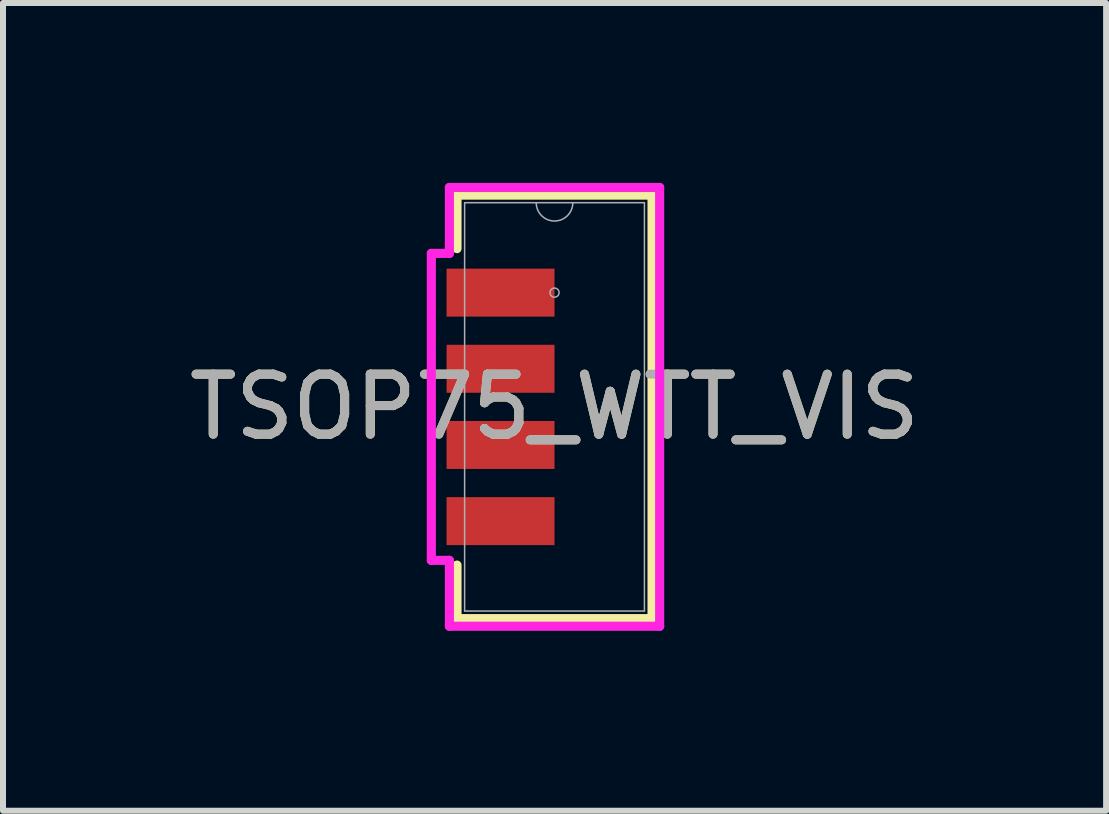
<source format=kicad_pcb>
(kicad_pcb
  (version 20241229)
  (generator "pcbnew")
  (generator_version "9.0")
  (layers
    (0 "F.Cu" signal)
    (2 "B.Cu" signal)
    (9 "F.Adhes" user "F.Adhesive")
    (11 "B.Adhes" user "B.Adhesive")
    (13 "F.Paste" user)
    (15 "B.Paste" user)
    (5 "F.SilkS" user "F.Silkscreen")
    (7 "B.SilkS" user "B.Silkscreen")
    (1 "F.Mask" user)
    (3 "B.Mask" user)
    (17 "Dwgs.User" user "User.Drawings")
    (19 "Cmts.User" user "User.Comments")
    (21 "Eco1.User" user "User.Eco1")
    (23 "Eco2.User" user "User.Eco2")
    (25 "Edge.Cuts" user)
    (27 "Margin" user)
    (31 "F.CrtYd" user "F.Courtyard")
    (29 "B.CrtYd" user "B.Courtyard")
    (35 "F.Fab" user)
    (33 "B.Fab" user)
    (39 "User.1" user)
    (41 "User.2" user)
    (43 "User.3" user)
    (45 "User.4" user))
  (footprint "TSOP75_WTT_VIS"
    (layer "F.Cu")
    (at 6.196 3.734)
    (property "Reference" "TSOP75_WTT_VIS" (at 0 0 0) (unlocked yes) (layer "F.SilkS") (effects (font (size 1 1) (thickness 0.15))))
    (attr smd)
    (fp_line (start -1.626 -3.531) (end -1.626 -2.638) (stroke (width 0.152) (type solid)) (layer "F.SilkS"))
    (fp_line (start -1.626 2.638) (end -1.626 3.531) (stroke (width 0.152) (type solid)) (layer "F.SilkS"))
    (fp_line (start -1.626 3.531) (end 1.626 3.531) (stroke (width 0.152) (type solid)) (layer "F.SilkS"))
    (fp_line (start 1.626 -3.531) (end -1.626 -3.531) (stroke (width 0.152) (type solid)) (layer "F.SilkS"))
    (fp_line (start 1.626 3.531) (end 1.626 -3.531) (stroke (width 0.152) (type solid)) (layer "F.SilkS"))
    (fp_line (start -2.054 -2.559) (end -1.753 -2.559) (stroke (width 0.152) (type solid)) (layer "F.CrtYd"))
    (fp_line (start -2.054 2.559) (end -2.054 -2.559) (stroke (width 0.152) (type solid)) (layer "F.CrtYd"))
    (fp_line (start -2.054 2.559) (end -1.753 2.559) (stroke (width 0.152) (type solid)) (layer "F.CrtYd"))
    (fp_line (start -1.753 -3.658) (end 1.753 -3.658) (stroke (width 0.152) (type solid)) (layer "F.CrtYd"))
    (fp_line (start -1.753 -2.559) (end -1.753 -3.658) (stroke (width 0.152) (type solid)) (layer "F.CrtYd"))
    (fp_line (start -1.753 3.658) (end -1.753 2.559) (stroke (width 0.152) (type solid)) (layer "F.CrtYd"))
    (fp_line (start 1.753 -3.658) (end 1.753 3.658) (stroke (width 0.152) (type solid)) (layer "F.CrtYd"))
    (fp_line (start 1.753 3.658) (end -1.753 3.658) (stroke (width 0.152) (type solid)) (layer "F.CrtYd"))
    (fp_line (start -1.499 -3.404) (end -1.499 3.404) (stroke (width 0.025) (type solid)) (layer "F.Fab"))
    (fp_line (start -1.499 3.404) (end 1.499 3.404) (stroke (width 0.025) (type solid)) (layer "F.Fab"))
    (fp_line (start 1.499 -3.404) (end -1.499 -3.404) (stroke (width 0.025) (type solid)) (layer "F.Fab"))
    (fp_line (start 1.499 3.404) (end 1.499 -3.404) (stroke (width 0.025) (type solid)) (layer "F.Fab"))
    (fp_arc (start 0.3048 -3.4036) (mid 0 -3.0988) (end -0.3048 -3.4036) (stroke (width 0.0254) (type solid)) (layer "F.Fab"))
    (fp_circle (center 0 -1.905) (end 0.076 -1.905) (stroke (width 0.025) (type solid)) (fill no) (layer "F.Fab"))
    (fp_text user "${REFERENCE}" (at 0 0 0) (unlocked yes) (layer "F.Fab") (effects (font (size 1 1) (thickness 0.15))))
    (pad "1" smd rect (at -0.9 -1.905) (size 1.8 0.8) (layers "F.Cu" "F.Mask" "F.Paste"))
    (pad "2" smd rect (at -0.9 -0.635) (size 1.8 0.8) (layers "F.Cu" "F.Mask" "F.Paste"))
    (pad "3" smd rect (at -0.9 0.635) (size 1.8 0.8) (layers "F.Cu" "F.Mask" "F.Paste"))
    (pad "4" smd rect (at -0.9 1.905) (size 1.8 0.8) (layers "F.Cu" "F.Mask" "F.Paste")))
  (gr_rect
    (start -3 -3)
    (end 15.393 10.468)
    (stroke (width 0.1) (type default))
    (fill no)
    (layer "Edge.Cuts")))
</source>
